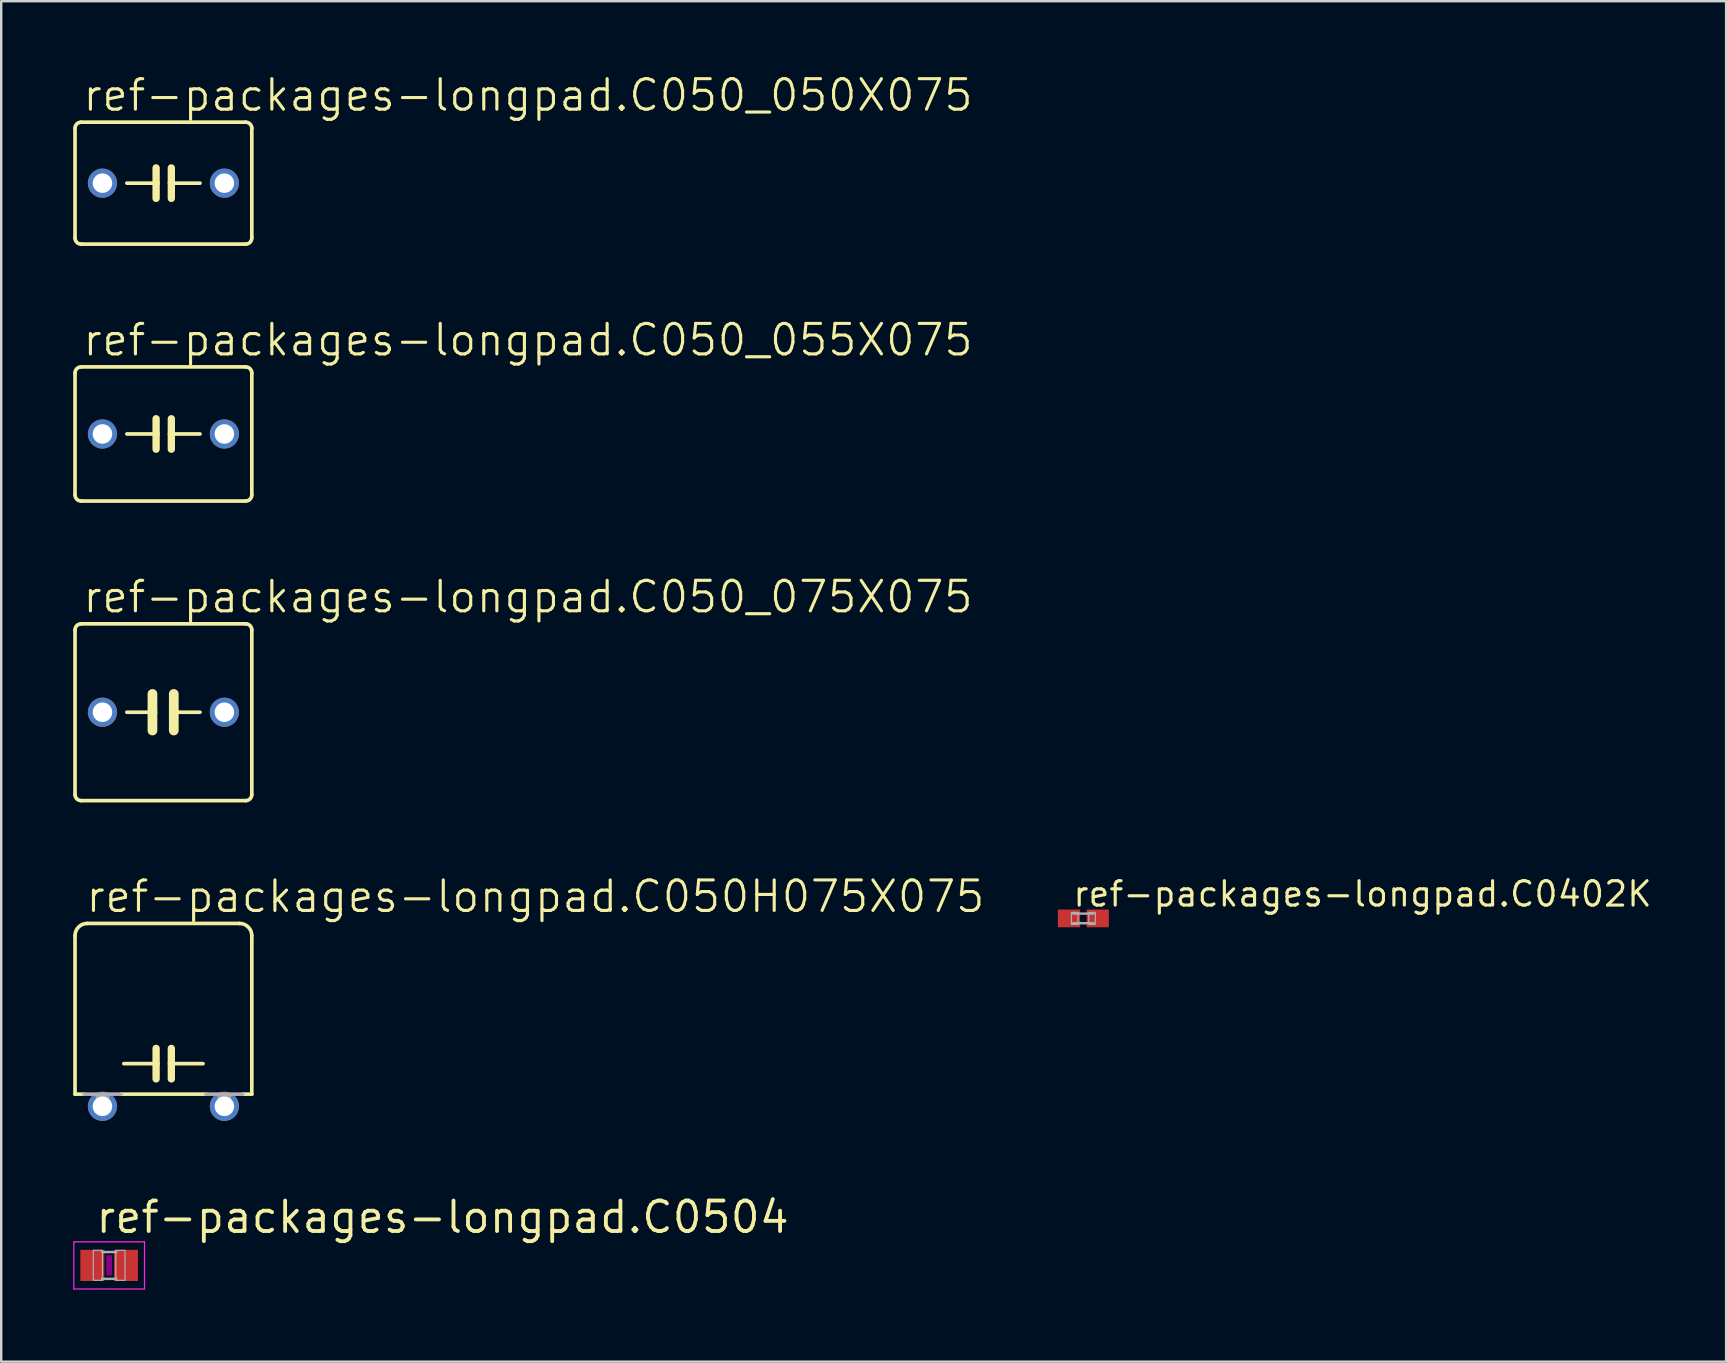
<source format=kicad_pcb>
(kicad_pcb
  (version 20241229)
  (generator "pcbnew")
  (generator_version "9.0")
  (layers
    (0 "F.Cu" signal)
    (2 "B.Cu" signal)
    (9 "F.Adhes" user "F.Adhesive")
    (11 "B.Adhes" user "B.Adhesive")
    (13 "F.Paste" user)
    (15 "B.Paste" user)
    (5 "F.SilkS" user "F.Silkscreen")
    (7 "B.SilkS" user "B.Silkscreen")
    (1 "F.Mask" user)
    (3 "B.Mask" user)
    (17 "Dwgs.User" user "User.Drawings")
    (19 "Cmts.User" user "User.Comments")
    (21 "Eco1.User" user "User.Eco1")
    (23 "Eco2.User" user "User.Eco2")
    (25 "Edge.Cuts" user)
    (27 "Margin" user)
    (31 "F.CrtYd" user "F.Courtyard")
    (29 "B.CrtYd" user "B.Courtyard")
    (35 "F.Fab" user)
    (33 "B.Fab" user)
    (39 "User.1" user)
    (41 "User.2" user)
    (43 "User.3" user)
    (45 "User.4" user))
  (footprint "ref-packages-longpad.C0504"
    (layer "F.Cu")
    (at 1.498 49.676)
    (property "Reference" "ref-packages-longpad.C0504" (at -0.635 -1.27 0) (layer "F.SilkS") (effects (font (size 1.27 1.27) (thickness 0.16)) (justify left bottom)))
    (attr smd)
    (fp_rect (start -0.1 0.4) (end 0.1 -0.4) (stroke (width 0.05) (type default)) (fill yes) (layer "F.Adhes"))
    (fp_line (start -1.473 -0.983) (end 1.473 -0.983) (stroke (width 0.051) (type default)) (layer "F.CrtYd"))
    (fp_line (start -1.473 0.983) (end -1.473 -0.983) (stroke (width 0.051) (type default)) (layer "F.CrtYd"))
    (fp_line (start 1.473 -0.983) (end 1.473 0.983) (stroke (width 0.051) (type default)) (layer "F.CrtYd"))
    (fp_line (start 1.473 0.983) (end -1.473 0.983) (stroke (width 0.051) (type default)) (layer "F.CrtYd"))
    (fp_line (start -0.294 -0.559) (end 0.294 -0.559) (stroke (width 0.102) (type default)) (layer "F.Fab"))
    (fp_line (start -0.294 0.559) (end 0.294 0.559) (stroke (width 0.102) (type default)) (layer "F.Fab"))
    (fp_rect (start -0.66 0.622) (end -0.28 -0.628) (stroke (width 0.05) (type default)) (fill no) (layer "F.Fab"))
    (fp_rect (start 0.279 0.622) (end 0.659 -0.628) (stroke (width 0.05) (type default)) (fill no) (layer "F.Fab"))
    (pad "1" smd roundrect (at -0.7 0) (size 1 1.3) (layers "F.Cu" "F.Mask" "F.Paste") (roundrect_rratio 0.01))
    (pad "2" smd roundrect (at 0.7 0) (size 1 1.3) (layers "F.Cu" "F.Mask" "F.Paste") (roundrect_rratio 0.01)))
  (footprint "ref-packages-longpad.C0402K"
    (layer "F.Cu")
    (at 42.09 35.217)
    (property "Reference" "ref-packages-longpad.C0402K" (at -0.5 -0.425 0) (layer "F.SilkS") (effects (font (size 1.016 1.016) (thickness 0.13)) (justify left bottom)))
    (attr smd)
    (fp_line (start -0.425 -0.2) (end 0.425 -0.2) (stroke (width 0.102) (type default)) (layer "F.Fab"))
    (fp_line (start 0.425 0.2) (end -0.425 0.2) (stroke (width 0.102) (type default)) (layer "F.Fab"))
    (fp_rect (start -0.5 0.25) (end -0.225 -0.25) (stroke (width 0.05) (type default)) (fill no) (layer "F.Fab"))
    (fp_rect (start 0.225 0.25) (end 0.5 -0.25) (stroke (width 0.05) (type default)) (fill no) (layer "F.Fab"))
    (pad "1" smd roundrect (at -0.6 0) (size 0.925 0.74) (layers "F.Cu" "F.Mask" "F.Paste") (roundrect_rratio 0.01))
    (pad "2" smd roundrect (at 0.6 0) (size 0.925 0.74) (layers "F.Cu" "F.Mask" "F.Paste") (roundrect_rratio 0.01)))
  (footprint "ref-packages-longpad.C050_075X075"
    (layer "F.Cu")
    (at 3.759 26.626)
    (property "Reference" "ref-packages-longpad.C050_075X075" (at -3.429 -4.064 0) (layer "F.SilkS") (effects (font (size 1.27 1.27) (thickness 0.13)) (justify left bottom)))
    (attr through_hole)
    (fp_line (start -3.683 -3.429) (end -3.683 3.429) (stroke (width 0.152) (type default)) (layer "F.SilkS"))
    (fp_line (start -3.429 3.683) (end 3.429 3.683) (stroke (width 0.152) (type default)) (layer "F.SilkS"))
    (fp_line (start -1.524 0) (end -0.457 0) (stroke (width 0.152) (type default)) (layer "F.SilkS"))
    (fp_line (start -0.457 0) (end -0.457 -0.762) (stroke (width 0.406) (type default)) (layer "F.SilkS"))
    (fp_line (start -0.457 0) (end -0.457 0.762) (stroke (width 0.406) (type default)) (layer "F.SilkS"))
    (fp_line (start 0.432 -0.762) (end 0.432 0) (stroke (width 0.406) (type default)) (layer "F.SilkS"))
    (fp_line (start 0.432 0) (end 0.432 0.762) (stroke (width 0.406) (type default)) (layer "F.SilkS"))
    (fp_line (start 0.432 0) (end 1.524 0) (stroke (width 0.152) (type default)) (layer "F.SilkS"))
    (fp_line (start 3.429 -3.683) (end -3.429 -3.683) (stroke (width 0.152) (type default)) (layer "F.SilkS"))
    (fp_line (start 3.683 3.429) (end 3.683 -3.429) (stroke (width 0.152) (type default)) (layer "F.SilkS"))
    (fp_arc (start -3.683 -3.429) (mid -3.608605 -3.608605) (end -3.429 -3.683) (stroke (width 0.1524) (type default)) (layer "F.SilkS"))
    (fp_arc (start -3.429 3.683) (mid -3.608605 3.608605) (end -3.683 3.429) (stroke (width 0.1524) (type default)) (layer "F.SilkS"))
    (fp_arc (start 3.429 -3.683) (mid 3.608605 -3.608605) (end 3.683 -3.429) (stroke (width 0.1524) (type default)) (layer "F.SilkS"))
    (fp_arc (start 3.683 3.429) (mid 3.608605 3.608605) (end 3.429 3.683) (stroke (width 0.1524) (type default)) (layer "F.SilkS"))
    (pad "1" thru_hole circle (at -2.54 0) (size 1.219 1.219) (drill 0.813) (layers "*.Cu" "*.Mask"))
    (pad "2" thru_hole circle (at 2.54 0) (size 1.219 1.219) (drill 0.813) (layers "*.Cu" "*.Mask")))
  (footprint "ref-packages-longpad.C050H075X075"
    (layer "F.Cu")
    (at 3.759 43.047)
    (property "Reference" "ref-packages-longpad.C050H075X075" (at -3.302 -8.001 0) (layer "F.SilkS") (effects (font (size 1.27 1.27) (thickness 0.13)) (justify left bottom)))
    (attr through_hole)
    (fp_line (start -3.683 -7.112) (end -3.683 -0.508) (stroke (width 0.152) (type default)) (layer "F.SilkS"))
    (fp_line (start -3.683 -0.508) (end -3.302 -0.508) (stroke (width 0.152) (type default)) (layer "F.SilkS"))
    (fp_line (start -1.778 -0.508) (end 1.778 -0.508) (stroke (width 0.152) (type default)) (layer "F.SilkS"))
    (fp_line (start -0.305 -2.413) (end -0.305 -1.778) (stroke (width 0.305) (type default)) (layer "F.SilkS"))
    (fp_line (start -0.305 -1.778) (end -1.651 -1.778) (stroke (width 0.152) (type default)) (layer "F.SilkS"))
    (fp_line (start -0.305 -1.778) (end -0.305 -1.143) (stroke (width 0.305) (type default)) (layer "F.SilkS"))
    (fp_line (start 0.33 -2.413) (end 0.33 -1.778) (stroke (width 0.305) (type default)) (layer "F.SilkS"))
    (fp_line (start 0.33 -1.778) (end 0.33 -1.143) (stroke (width 0.305) (type default)) (layer "F.SilkS"))
    (fp_line (start 0.33 -1.778) (end 1.651 -1.778) (stroke (width 0.152) (type default)) (layer "F.SilkS"))
    (fp_line (start 3.175 -7.62) (end -3.175 -7.62) (stroke (width 0.152) (type default)) (layer "F.SilkS"))
    (fp_line (start 3.302 -0.508) (end 3.683 -0.508) (stroke (width 0.152) (type default)) (layer "F.SilkS"))
    (fp_line (start 3.683 -0.508) (end 3.683 -7.112) (stroke (width 0.152) (type default)) (layer "F.SilkS"))
    (fp_arc (start -3.683 -7.112) (mid -3.53421 -7.47121) (end -3.175 -7.62) (stroke (width 0.1524) (type default)) (layer "F.SilkS"))
    (fp_arc (start 3.175 -7.62) (mid 3.53421 -7.47121) (end 3.683 -7.112) (stroke (width 0.1524) (type default)) (layer "F.SilkS"))
    (fp_line (start -3.302 -0.508) (end -1.778 -0.508) (stroke (width 0.152) (type default)) (layer "F.Fab"))
    (fp_line (start -2.54 0) (end -2.54 -0.254) (stroke (width 0.508) (type default)) (layer "F.Fab"))
    (fp_line (start 1.778 -0.508) (end 3.302 -0.508) (stroke (width 0.152) (type default)) (layer "F.Fab"))
    (fp_line (start 2.54 0) (end 2.54 -0.254) (stroke (width 0.508) (type default)) (layer "F.Fab"))
    (fp_rect (start -2.794 -0.127) (end -2.286 -0.508) (stroke (width 0.05) (type default)) (fill no) (layer "F.Fab"))
    (fp_rect (start 2.286 -0.127) (end 2.794 -0.508) (stroke (width 0.05) (type default)) (fill no) (layer "F.Fab"))
    (pad "1" thru_hole circle (at -2.54 0) (size 1.219 1.219) (drill 0.813) (layers "*.Cu" "*.Mask"))
    (pad "2" thru_hole circle (at 2.54 0) (size 1.219 1.219) (drill 0.813) (layers "*.Cu" "*.Mask")))
  (footprint "ref-packages-longpad.C050_050X075"
    (layer "F.Cu")
    (at 3.759 4.581)
    (property "Reference" "ref-packages-longpad.C050_050X075" (at -3.429 -2.921 0) (layer "F.SilkS") (effects (font (size 1.27 1.27) (thickness 0.13)) (justify left bottom)))
    (attr through_hole)
    (fp_line (start -3.683 -2.286) (end -3.683 2.286) (stroke (width 0.152) (type default)) (layer "F.SilkS"))
    (fp_line (start -3.429 2.54) (end 3.429 2.54) (stroke (width 0.152) (type default)) (layer "F.SilkS"))
    (fp_line (start -0.305 -0.635) (end -0.305 0) (stroke (width 0.305) (type default)) (layer "F.SilkS"))
    (fp_line (start -0.305 0) (end -1.524 0) (stroke (width 0.152) (type default)) (layer "F.SilkS"))
    (fp_line (start -0.305 0) (end -0.305 0.635) (stroke (width 0.305) (type default)) (layer "F.SilkS"))
    (fp_line (start 0.33 -0.635) (end 0.33 0) (stroke (width 0.305) (type default)) (layer "F.SilkS"))
    (fp_line (start 0.33 0) (end 0.33 0.635) (stroke (width 0.305) (type default)) (layer "F.SilkS"))
    (fp_line (start 0.33 0) (end 1.524 0) (stroke (width 0.152) (type default)) (layer "F.SilkS"))
    (fp_line (start 3.429 -2.54) (end -3.429 -2.54) (stroke (width 0.152) (type default)) (layer "F.SilkS"))
    (fp_line (start 3.683 2.286) (end 3.683 -2.286) (stroke (width 0.152) (type default)) (layer "F.SilkS"))
    (fp_arc (start -3.683 -2.286) (mid -3.608605 -2.465605) (end -3.429 -2.54) (stroke (width 0.1524) (type default)) (layer "F.SilkS"))
    (fp_arc (start -3.429 2.54) (mid -3.608605 2.465605) (end -3.683 2.286) (stroke (width 0.1524) (type default)) (layer "F.SilkS"))
    (fp_arc (start 3.429 -2.54) (mid 3.608605 -2.465605) (end 3.683 -2.286) (stroke (width 0.1524) (type default)) (layer "F.SilkS"))
    (fp_arc (start 3.683 2.286) (mid 3.608605 2.465605) (end 3.429 2.54) (stroke (width 0.1524) (type default)) (layer "F.SilkS"))
    (pad "1" thru_hole circle (at -2.54 0) (size 1.219 1.219) (drill 0.813) (layers "*.Cu" "*.Mask"))
    (pad "2" thru_hole circle (at 2.54 0) (size 1.219 1.219) (drill 0.813) (layers "*.Cu" "*.Mask")))
  (footprint "ref-packages-longpad.C050_055X075"
    (layer "F.Cu")
    (at 3.759 15.032)
    (property "Reference" "ref-packages-longpad.C050_055X075" (at -3.429 -3.175 0) (layer "F.SilkS") (effects (font (size 1.27 1.27) (thickness 0.13)) (justify left bottom)))
    (attr through_hole)
    (fp_line (start -3.683 -2.54) (end -3.683 2.54) (stroke (width 0.152) (type default)) (layer "F.SilkS"))
    (fp_line (start -3.429 2.794) (end 3.429 2.794) (stroke (width 0.152) (type default)) (layer "F.SilkS"))
    (fp_line (start -0.305 -0.635) (end -0.305 0) (stroke (width 0.305) (type default)) (layer "F.SilkS"))
    (fp_line (start -0.305 0) (end -1.524 0) (stroke (width 0.152) (type default)) (layer "F.SilkS"))
    (fp_line (start -0.305 0) (end -0.305 0.635) (stroke (width 0.305) (type default)) (layer "F.SilkS"))
    (fp_line (start 0.33 -0.635) (end 0.33 0) (stroke (width 0.305) (type default)) (layer "F.SilkS"))
    (fp_line (start 0.33 0) (end 0.33 0.635) (stroke (width 0.305) (type default)) (layer "F.SilkS"))
    (fp_line (start 0.33 0) (end 1.524 0) (stroke (width 0.152) (type default)) (layer "F.SilkS"))
    (fp_line (start 3.429 -2.794) (end -3.429 -2.794) (stroke (width 0.152) (type default)) (layer "F.SilkS"))
    (fp_line (start 3.683 2.54) (end 3.683 -2.54) (stroke (width 0.152) (type default)) (layer "F.SilkS"))
    (fp_arc (start -3.683 -2.54) (mid -3.608605 -2.719605) (end -3.429 -2.794) (stroke (width 0.1524) (type default)) (layer "F.SilkS"))
    (fp_arc (start -3.429 2.794) (mid -3.608605 2.719605) (end -3.683 2.54) (stroke (width 0.1524) (type default)) (layer "F.SilkS"))
    (fp_arc (start 3.429 -2.794) (mid 3.608605 -2.719605) (end 3.683 -2.54) (stroke (width 0.1524) (type default)) (layer "F.SilkS"))
    (fp_arc (start 3.683 2.54) (mid 3.608605 2.719605) (end 3.429 2.794) (stroke (width 0.1524) (type default)) (layer "F.SilkS"))
    (pad "1" thru_hole circle (at -2.54 0) (size 1.219 1.219) (drill 0.813) (layers "*.Cu" "*.Mask"))
    (pad "2" thru_hole circle (at 2.54 0) (size 1.219 1.219) (drill 0.813) (layers "*.Cu" "*.Mask")))
  (gr_rect
    (start -3 -3)
    (end 68.871 53.685)
    (stroke (width 0.1) (type default))
    (fill no)
    (layer "Edge.Cuts")))
</source>
